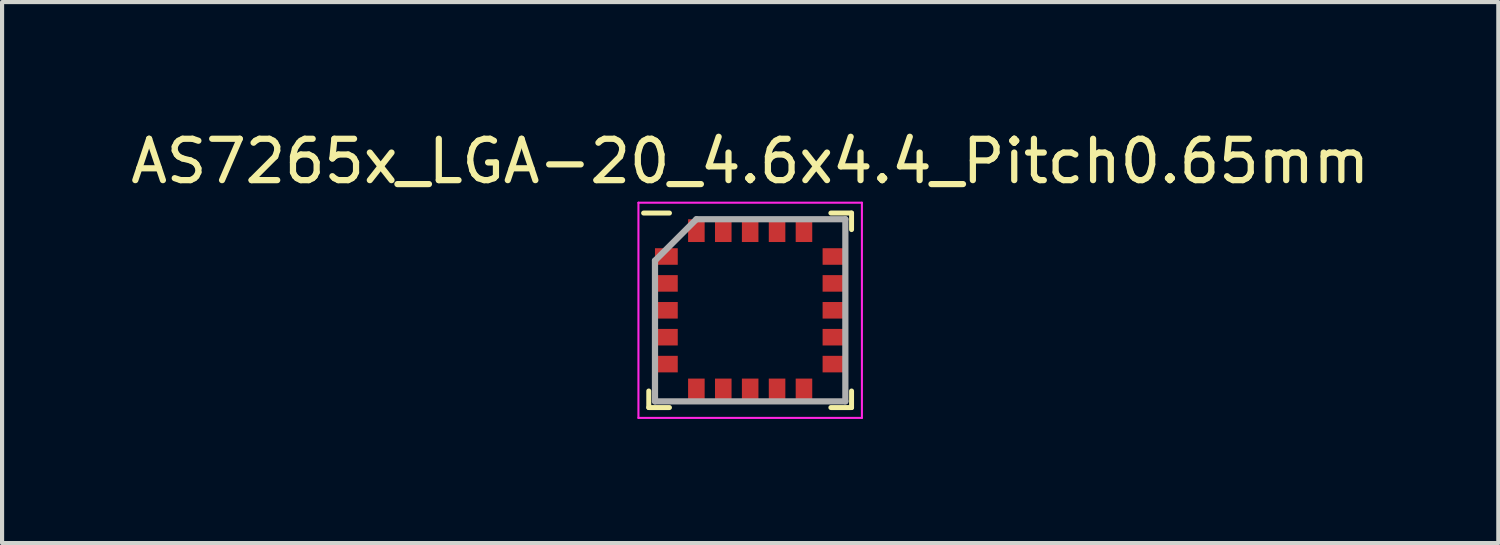
<source format=kicad_pcb>
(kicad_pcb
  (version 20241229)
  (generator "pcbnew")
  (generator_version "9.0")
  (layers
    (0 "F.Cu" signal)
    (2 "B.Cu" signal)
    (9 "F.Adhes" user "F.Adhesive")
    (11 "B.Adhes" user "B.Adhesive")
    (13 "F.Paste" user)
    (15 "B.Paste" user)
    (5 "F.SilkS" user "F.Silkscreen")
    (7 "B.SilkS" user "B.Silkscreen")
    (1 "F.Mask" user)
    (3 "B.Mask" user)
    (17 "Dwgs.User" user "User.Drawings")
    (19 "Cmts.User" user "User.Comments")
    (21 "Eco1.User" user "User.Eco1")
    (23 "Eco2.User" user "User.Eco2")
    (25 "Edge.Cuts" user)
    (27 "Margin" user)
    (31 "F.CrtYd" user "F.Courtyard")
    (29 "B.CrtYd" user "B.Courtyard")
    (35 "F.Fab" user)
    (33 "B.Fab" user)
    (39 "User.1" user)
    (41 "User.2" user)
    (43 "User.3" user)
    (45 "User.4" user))
  (footprint "AS7265x_LGA-20_4.6x4.4_Pitch0.65mm"
    (layer "F.Cu")
    (at 15.077 4.448)
    (property "Reference" "AS7265x_LGA-20_4.6x4.4_Pitch0.65mm" (at 0 -3.6 0) (layer "F.SilkS") (effects (font (size 1 1) (thickness 0.15))))
    (attr smd)
    (fp_line (start -2.45 2.35) (end -2.45 1.95) (stroke (width 0.12) (type solid)) (layer "F.SilkS"))
    (fp_line (start -1.95 -2.35) (end -2.575 -2.35) (stroke (width 0.12) (type solid)) (layer "F.SilkS"))
    (fp_line (start -1.95 2.35) (end -2.45 2.35) (stroke (width 0.12) (type solid)) (layer "F.SilkS"))
    (fp_line (start 1.95 -2.35) (end 2.45 -2.35) (stroke (width 0.12) (type solid)) (layer "F.SilkS"))
    (fp_line (start 1.95 2.35) (end 2.45 2.35) (stroke (width 0.12) (type solid)) (layer "F.SilkS"))
    (fp_line (start 2.45 -2.35) (end 2.45 -1.95) (stroke (width 0.12) (type solid)) (layer "F.SilkS"))
    (fp_line (start 2.45 2.35) (end 2.45 1.95) (stroke (width 0.12) (type solid)) (layer "F.SilkS"))
    (fp_line (start -2.7 -2.6) (end 2.7 -2.6) (stroke (width 0.05) (type solid)) (layer "F.CrtYd"))
    (fp_line (start -2.7 2.6) (end -2.7 -2.6) (stroke (width 0.05) (type solid)) (layer "F.CrtYd"))
    (fp_line (start 2.7 -2.6) (end 2.7 2.6) (stroke (width 0.05) (type solid)) (layer "F.CrtYd"))
    (fp_line (start 2.7 2.6) (end -2.7 2.6) (stroke (width 0.05) (type solid)) (layer "F.CrtYd"))
    (fp_line (start -2.3 -1.2) (end -2.3 2.2) (stroke (width 0.15) (type solid)) (layer "F.Fab"))
    (fp_line (start -2.3 2.2) (end 2.3 2.2) (stroke (width 0.15) (type solid)) (layer "F.Fab"))
    (fp_line (start -1.3 -2.2) (end -2.3 -1.2) (stroke (width 0.15) (type solid)) (layer "F.Fab"))
    (fp_line (start 2.3 -2.2) (end -1.3 -2.2) (stroke (width 0.15) (type solid)) (layer "F.Fab"))
    (fp_line (start 2.3 2.2) (end 2.3 -2.2) (stroke (width 0.15) (type solid)) (layer "F.Fab"))
    (pad "1" smd rect (at -2.025 -1.3 90) (size 0.4 0.55) (layers "F.Cu" "F.Mask" "F.Paste"))
    (pad "2" smd rect (at -2.025 -0.65 90) (size 0.4 0.55) (layers "F.Cu" "F.Mask" "F.Paste"))
    (pad "3" smd rect (at -2.025 0 90) (size 0.4 0.55) (layers "F.Cu" "F.Mask" "F.Paste"))
    (pad "4" smd rect (at -2.025 0.65 90) (size 0.4 0.55) (layers "F.Cu" "F.Mask" "F.Paste"))
    (pad "5" smd rect (at -2.025 1.3 90) (size 0.4 0.55) (layers "F.Cu" "F.Mask" "F.Paste"))
    (pad "6" smd rect (at -1.3 1.925) (size 0.4 0.55) (layers "F.Cu" "F.Mask" "F.Paste"))
    (pad "7" smd rect (at -0.65 1.925) (size 0.4 0.55) (layers "F.Cu" "F.Mask" "F.Paste"))
    (pad "8" smd rect (at 0 1.925) (size 0.4 0.55) (layers "F.Cu" "F.Mask" "F.Paste"))
    (pad "9" smd rect (at 0.65 1.925) (size 0.4 0.55) (layers "F.Cu" "F.Mask" "F.Paste"))
    (pad "10" smd rect (at 1.3 1.925) (size 0.4 0.55) (layers "F.Cu" "F.Mask" "F.Paste"))
    (pad "11" smd rect (at 2.025 1.3 90) (size 0.4 0.55) (layers "F.Cu" "F.Mask" "F.Paste"))
    (pad "12" smd rect (at 2.025 0.65 90) (size 0.4 0.55) (layers "F.Cu" "F.Mask" "F.Paste"))
    (pad "13" smd rect (at 2.025 0 90) (size 0.4 0.55) (layers "F.Cu" "F.Mask" "F.Paste"))
    (pad "14" smd rect (at 2.025 -0.65 90) (size 0.4 0.55) (layers "F.Cu" "F.Mask" "F.Paste"))
    (pad "15" smd rect (at 2.025 -1.3 90) (size 0.4 0.55) (layers "F.Cu" "F.Mask" "F.Paste"))
    (pad "16" smd rect (at 1.3 -1.925) (size 0.4 0.55) (layers "F.Cu" "F.Mask" "F.Paste"))
    (pad "17" smd rect (at 0.65 -1.925) (size 0.4 0.55) (layers "F.Cu" "F.Mask" "F.Paste"))
    (pad "18" smd rect (at 0 -1.925) (size 0.4 0.55) (layers "F.Cu" "F.Mask" "F.Paste"))
    (pad "19" smd rect (at -0.65 -1.925) (size 0.4 0.55) (layers "F.Cu" "F.Mask" "F.Paste"))
    (pad "20" smd trapezoid (at -1.3 -1.925) (size 0.4 0.55) (layers "F.Cu" "F.Mask" "F.Paste")))
  (gr_rect
    (start -3 -3)
    (end 33.155 10.073)
    (stroke (width 0.1) (type default))
    (fill no)
    (layer "Edge.Cuts")))
</source>
